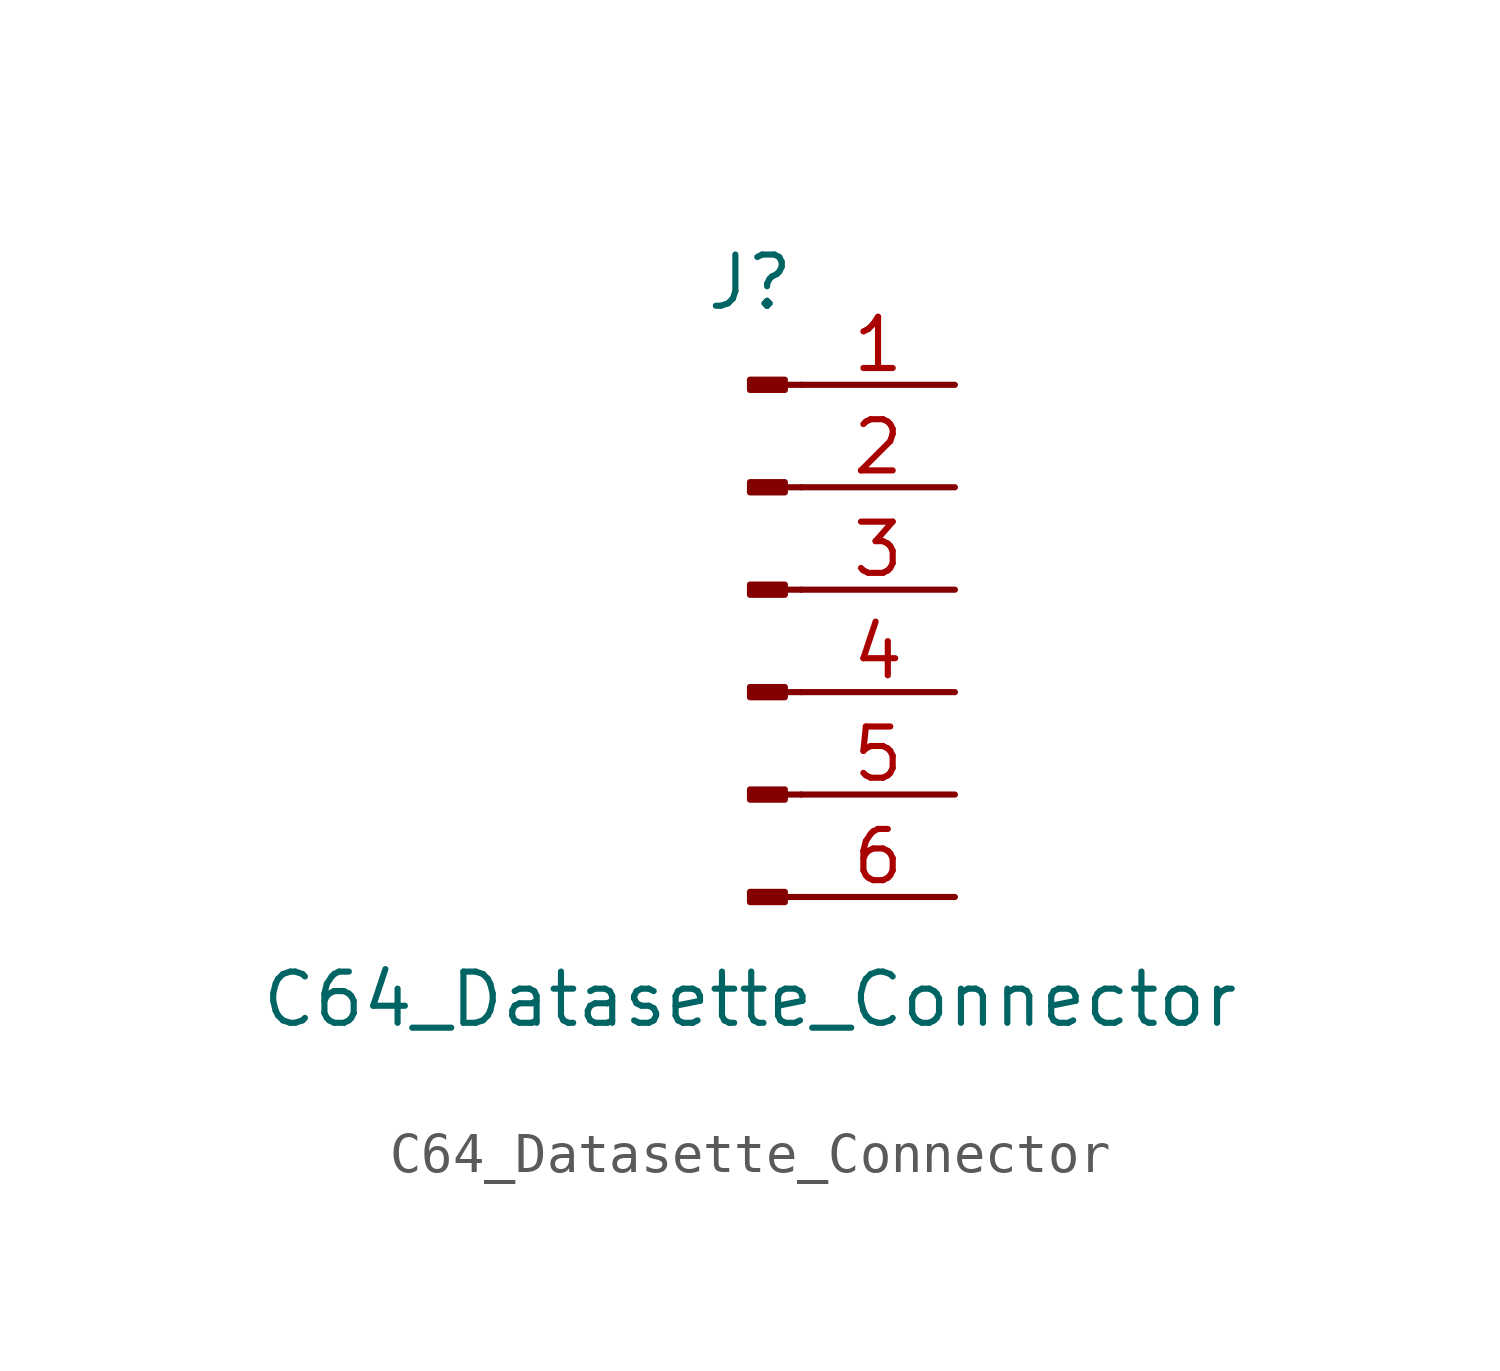
<source format=kicad_sym>
(kicad_symbol_lib
  (version 20220914)
  (generator kicad_symbol_editor)
  (symbol "C64_Datasette_Connector"
    (pin_names
      (offset 1.016) hide)
    (property "Reference" "J"
      (at 0 7.62 0)
      (effects (font (size 1.27 1.27))))
    (property "Value" "C64_Datasette_Connector"
      (at 0 -10.16 0)
      (effects (font (size 1.27 1.27))))
    (property "ki_locked" ""
      (at 0 0 0)
      (effects (font (size 1.27 1.27))))
    (symbol "C64_Datasette_Connector_1_1"
      (polyline (pts (xy 1.27 -7.62) (xy 0.864 -7.62)) (stroke (width 0.152) (type default)) (fill (type none)))
      (polyline (pts (xy 1.27 -5.08) (xy 0.864 -5.08)) (stroke (width 0.152) (type default)) (fill (type none)))
      (polyline (pts (xy 1.27 -2.54) (xy 0.864 -2.54)) (stroke (width 0.152) (type default)) (fill (type none)))
      (polyline (pts (xy 1.27 0) (xy 0.864 0)) (stroke (width 0.152) (type default)) (fill (type none)))
      (polyline (pts (xy 1.27 2.54) (xy 0.864 2.54)) (stroke (width 0.152) (type default)) (fill (type none)))
      (polyline (pts (xy 1.27 5.08) (xy 0.864 5.08)) (stroke (width 0.152) (type default)) (fill (type none)))
      (rectangle (start 0.864 -7.493) (end 0 -7.747) (stroke (width 0.152) (type default)) (fill (type outline)))
      (rectangle (start 0.864 -4.953) (end 0 -5.207) (stroke (width 0.152) (type default)) (fill (type outline)))
      (rectangle (start 0.864 -2.413) (end 0 -2.667) (stroke (width 0.152) (type default)) (fill (type outline)))
      (rectangle (start 0.864 0.127) (end 0 -0.127) (stroke (width 0.152) (type default)) (fill (type outline)))
      (rectangle (start 0.864 2.667) (end 0 2.413) (stroke (width 0.152) (type default)) (fill (type outline)))
      (rectangle (start 0.864 5.207) (end 0 4.953) (stroke (width 0.152) (type default)) (fill (type outline)))
      (pin passive line (at 5.08 5.08 180) (length 3.81) (name "GND" (effects (font (size 1.27 1.27)))) (number "1" (effects (font (size 1.27 1.27)))))
      (pin power_in line (at 5.08 2.54 180) (length 3.81) (name "5V" (effects (font (size 1.27 1.27)))) (number "2" (effects (font (size 1.27 1.27)))))
      (pin power_in line (at 5.08 0 180) (length 3.81) (name "Motor" (effects (font (size 1.27 1.27)))) (number "3" (effects (font (size 1.27 1.27)))))
      (pin passive line (at 5.08 -2.54 180) (length 3.81) (name "Read" (effects (font (size 1.27 1.27)))) (number "4" (effects (font (size 1.27 1.27)))))
      (pin passive line (at 5.08 -5.08 180) (length 3.81) (name "Write" (effects (font (size 1.27 1.27)))) (number "5" (effects (font (size 1.27 1.27)))))
      (pin passive line (at 5.08 -7.62 180) (length 3.81) (name "Sense" (effects (font (size 1.27 1.27)))) (number "6" (effects (font (size 1.27 1.27))))))))
</source>
